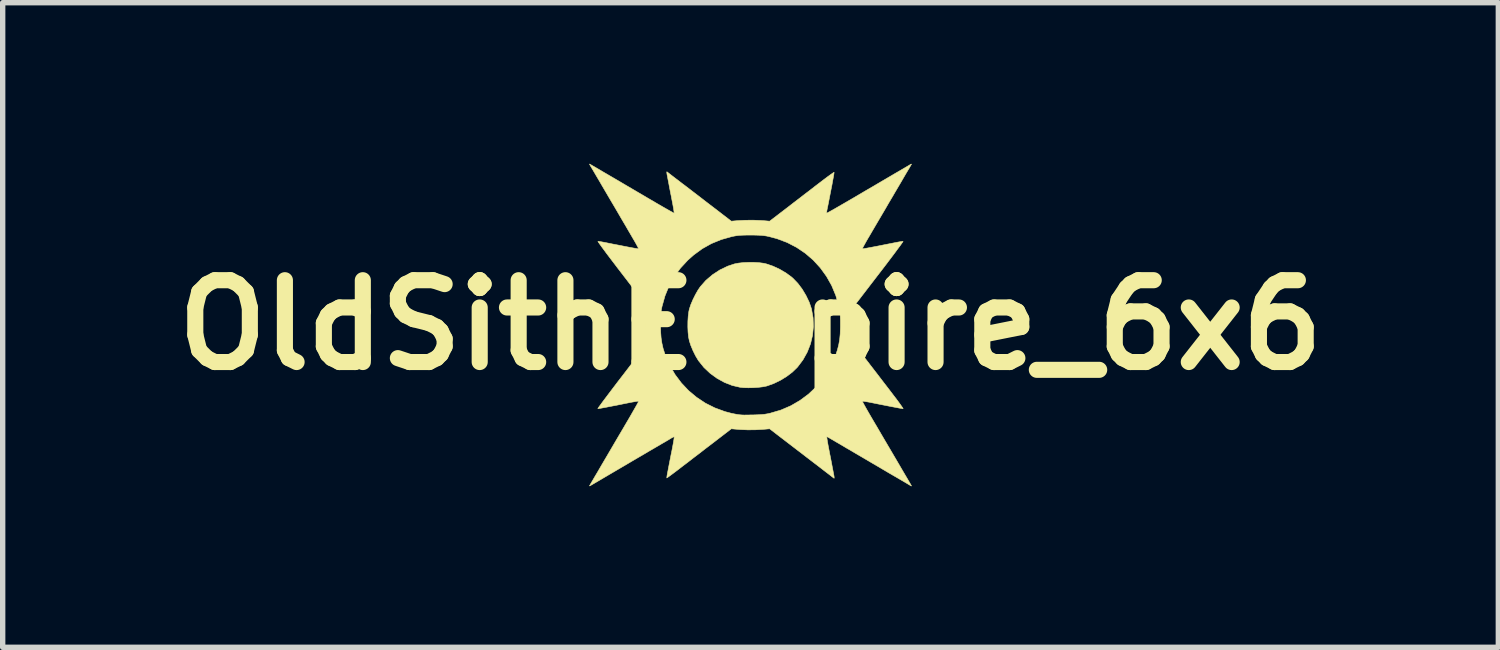
<source format=kicad_pcb>
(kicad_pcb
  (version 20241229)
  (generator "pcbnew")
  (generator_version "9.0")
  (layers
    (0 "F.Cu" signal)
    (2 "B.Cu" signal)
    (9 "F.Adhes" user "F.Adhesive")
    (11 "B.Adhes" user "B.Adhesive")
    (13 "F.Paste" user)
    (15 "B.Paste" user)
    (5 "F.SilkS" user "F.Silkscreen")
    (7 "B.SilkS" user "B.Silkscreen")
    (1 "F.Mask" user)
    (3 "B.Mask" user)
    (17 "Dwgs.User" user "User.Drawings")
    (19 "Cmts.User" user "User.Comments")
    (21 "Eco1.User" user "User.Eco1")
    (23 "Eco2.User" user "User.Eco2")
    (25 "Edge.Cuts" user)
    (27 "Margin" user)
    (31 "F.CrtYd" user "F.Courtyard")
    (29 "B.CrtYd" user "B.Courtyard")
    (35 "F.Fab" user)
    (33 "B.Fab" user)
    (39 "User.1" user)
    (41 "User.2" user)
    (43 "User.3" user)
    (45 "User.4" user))
  (footprint "OldSithEmpire_6x6"
    (layer "F.Cu")
    (at 10.929 3.004)
    (property "Reference" "OldSithEmpire_6x6" (at 0 0 0) (layer "F.SilkS") (effects (font (size 1.524 1.524) (thickness 0.3))))
    (attr through_hole)
    (fp_poly (pts (xy 0.066 -1.167) (xy 0.163 -1.161) (xy 0.247 -1.15) (xy 0.294 -1.139) (xy 0.418 -1.097) (xy 0.543 -1.039) (xy 0.662 -0.969) (xy 0.767 -0.892) (xy 0.797 -0.865) (xy 0.883 -0.775) (xy 0.964 -0.667) (xy 1.035 -0.548) (xy 1.094 -0.425) (xy 1.135 -0.305) (xy 1.137 -0.296) (xy 1.166 -0.134) (xy 1.172 0.029) (xy 1.156 0.192) (xy 1.118 0.351) (xy 1.058 0.504) (xy 0.978 0.648) (xy 0.878 0.781) (xy 0.865 0.795) (xy 0.778 0.879) (xy 0.672 0.959) (xy 0.556 1.03) (xy 0.434 1.089) (xy 0.315 1.132) (xy 0.295 1.138) (xy 0.228 1.151) (xy 0.145 1.161) (xy 0.054 1.167) (xy -0.038 1.169) (xy -0.123 1.167) (xy -0.193 1.16) (xy -0.34 1.126) (xy -0.485 1.069) (xy -0.623 0.993) (xy -0.751 0.9) (xy -0.866 0.792) (xy -0.964 0.67) (xy -0.971 0.661) (xy -1.022 0.576) (xy -1.071 0.477) (xy -1.113 0.376) (xy -1.139 0.294) (xy -1.154 0.221) (xy -1.163 0.132) (xy -1.167 0.033) (xy -1.166 -0.068) (xy -1.16 -0.164) (xy -1.149 -0.249) (xy -1.139 -0.296) (xy -1.111 -0.381) (xy -1.071 -0.475) (xy -1.024 -0.569) (xy -0.975 -0.655) (xy -0.934 -0.714) (xy -0.83 -0.832) (xy -0.708 -0.936) (xy -0.572 -1.025) (xy -0.425 -1.096) (xy -0.296 -1.139) (xy -0.223 -1.153) (xy -0.134 -1.163) (xy -0.035 -1.167) (xy 0.066 -1.167)) (stroke (width 0.01) (type solid)) (fill yes) (layer "F.SilkS"))
    (fp_poly (pts (xy -2.992 -2.997) (xy -2.977 -2.988) (xy -2.943 -2.968) (xy -2.891 -2.938) (xy -2.824 -2.899) (xy -2.745 -2.852) (xy -2.654 -2.799) (xy -2.553 -2.74) (xy -2.445 -2.677) (xy -2.332 -2.61) (xy -2.214 -2.541) (xy -2.095 -2.471) (xy -1.977 -2.402) (xy -1.925 -2.371) (xy -1.825 -2.313) (xy -1.732 -2.258) (xy -1.647 -2.209) (xy -1.572 -2.166) (xy -1.51 -2.131) (xy -1.463 -2.105) (xy -1.433 -2.088) (xy -1.421 -2.083) (xy -1.421 -2.083) (xy -1.422 -2.096) (xy -1.427 -2.129) (xy -1.435 -2.18) (xy -1.447 -2.246) (xy -1.462 -2.324) (xy -1.478 -2.41) (xy -1.483 -2.432) (xy -1.505 -2.545) (xy -1.522 -2.636) (xy -1.536 -2.708) (xy -1.546 -2.762) (xy -1.554 -2.802) (xy -1.558 -2.829) (xy -1.559 -2.845) (xy -1.559 -2.853) (xy -1.557 -2.854) (xy -1.553 -2.852) (xy -1.548 -2.848) (xy -1.547 -2.847) (xy -1.534 -2.837) (xy -1.503 -2.813) (xy -1.459 -2.779) (xy -1.403 -2.736) (xy -1.337 -2.686) (xy -1.266 -2.631) (xy -1.24 -2.612) (xy -1.147 -2.541) (xy -1.043 -2.461) (xy -0.932 -2.376) (xy -0.822 -2.291) (xy -0.719 -2.212) (xy -0.653 -2.162) (xy -0.357 -1.934) (xy -0.242 -1.944) (xy -0.103 -1.951) (xy 0.046 -1.953) (xy 0.191 -1.947) (xy 0.242 -1.944) (xy 0.357 -1.934) (xy 0.708 -2.203) (xy 0.802 -2.276) (xy 0.903 -2.353) (xy 1.005 -2.432) (xy 1.105 -2.508) (xy 1.196 -2.579) (xy 1.276 -2.64) (xy 1.306 -2.663) (xy 1.373 -2.714) (xy 1.433 -2.759) (xy 1.484 -2.796) (xy 1.524 -2.824) (xy 1.549 -2.841) (xy 1.558 -2.844) (xy 1.556 -2.83) (xy 1.551 -2.796) (xy 1.542 -2.745) (xy 1.53 -2.681) (xy 1.517 -2.607) (xy 1.501 -2.527) (xy 1.485 -2.445) (xy 1.469 -2.363) (xy 1.454 -2.285) (xy 1.44 -2.215) (xy 1.432 -2.179) (xy 1.424 -2.136) (xy 1.419 -2.102) (xy 1.419 -2.085) (xy 1.419 -2.084) (xy 1.431 -2.089) (xy 1.461 -2.105) (xy 1.508 -2.131) (xy 1.569 -2.165) (xy 1.643 -2.208) (xy 1.728 -2.257) (xy 1.821 -2.311) (xy 1.921 -2.369) (xy 1.925 -2.371) (xy 2.043 -2.441) (xy 2.162 -2.511) (xy 2.281 -2.58) (xy 2.396 -2.648) (xy 2.507 -2.713) (xy 2.611 -2.774) (xy 2.706 -2.83) (xy 2.791 -2.879) (xy 2.864 -2.922) (xy 2.922 -2.956) (xy 2.964 -2.981) (xy 2.988 -2.995) (xy 2.992 -2.997) (xy 2.999 -2.996) (xy 2.997 -2.992) (xy 2.99 -2.98) (xy 2.972 -2.949) (xy 2.944 -2.901) (xy 2.906 -2.838) (xy 2.861 -2.761) (xy 2.81 -2.673) (xy 2.753 -2.576) (xy 2.691 -2.471) (xy 2.647 -2.395) (xy 2.578 -2.279) (xy 2.511 -2.163) (xy 2.445 -2.051) (xy 2.382 -1.944) (xy 2.325 -1.847) (xy 2.274 -1.76) (xy 2.232 -1.688) (xy 2.2 -1.633) (xy 2.19 -1.617) (xy 2.155 -1.556) (xy 2.125 -1.502) (xy 2.102 -1.46) (xy 2.087 -1.431) (xy 2.083 -1.42) (xy 2.092 -1.42) (xy 2.115 -1.423) (xy 2.155 -1.43) (xy 2.211 -1.44) (xy 2.285 -1.454) (xy 2.379 -1.472) (xy 2.494 -1.495) (xy 2.631 -1.522) (xy 2.707 -1.537) (xy 2.76 -1.547) (xy 2.803 -1.554) (xy 2.833 -1.558) (xy 2.842 -1.558) (xy 2.837 -1.548) (xy 2.818 -1.521) (xy 2.787 -1.477) (xy 2.744 -1.42) (xy 2.692 -1.349) (xy 2.631 -1.268) (xy 2.563 -1.178) (xy 2.488 -1.079) (xy 2.408 -0.975) (xy 2.393 -0.956) (xy 1.933 -0.357) (xy 1.943 -0.242) (xy 1.951 -0.103) (xy 1.953 0.046) (xy 1.947 0.19) (xy 1.944 0.242) (xy 1.934 0.357) (xy 2.156 0.647) (xy 2.225 0.737) (xy 2.305 0.841) (xy 2.389 0.95) (xy 2.474 1.061) (xy 2.554 1.165) (xy 2.616 1.246) (xy 2.673 1.321) (xy 2.725 1.389) (xy 2.769 1.449) (xy 2.804 1.498) (xy 2.829 1.534) (xy 2.842 1.554) (xy 2.843 1.558) (xy 2.833 1.557) (xy 2.806 1.553) (xy 2.763 1.546) (xy 2.702 1.534) (xy 2.621 1.519) (xy 2.52 1.499) (xy 2.398 1.475) (xy 2.254 1.446) (xy 2.215 1.438) (xy 2.163 1.429) (xy 2.121 1.422) (xy 2.093 1.419) (xy 2.084 1.42) (xy 2.088 1.431) (xy 2.104 1.461) (xy 2.129 1.507) (xy 2.162 1.566) (xy 2.202 1.636) (xy 2.248 1.715) (xy 2.286 1.78) (xy 2.36 1.905) (xy 2.434 2.032) (xy 2.508 2.158) (xy 2.581 2.282) (xy 2.651 2.401) (xy 2.718 2.515) (xy 2.78 2.621) (xy 2.836 2.717) (xy 2.886 2.802) (xy 2.928 2.873) (xy 2.961 2.93) (xy 2.984 2.97) (xy 2.996 2.991) (xy 2.997 2.992) (xy 2.996 2.999) (xy 2.992 2.997) (xy 2.98 2.99) (xy 2.949 2.972) (xy 2.901 2.943) (xy 2.838 2.906) (xy 2.761 2.861) (xy 2.673 2.81) (xy 2.575 2.753) (xy 2.47 2.691) (xy 2.389 2.643) (xy 2.274 2.576) (xy 2.162 2.51) (xy 2.053 2.446) (xy 1.952 2.387) (xy 1.861 2.333) (xy 1.781 2.287) (xy 1.716 2.248) (xy 1.668 2.22) (xy 1.651 2.21) (xy 1.594 2.177) (xy 1.542 2.146) (xy 1.498 2.121) (xy 1.469 2.104) (xy 1.466 2.101) (xy 1.439 2.087) (xy 1.422 2.082) (xy 1.421 2.083) (xy 1.422 2.096) (xy 1.427 2.129) (xy 1.435 2.18) (xy 1.447 2.246) (xy 1.462 2.324) (xy 1.478 2.41) (xy 1.483 2.432) (xy 1.505 2.545) (xy 1.522 2.636) (xy 1.536 2.708) (xy 1.546 2.762) (xy 1.554 2.802) (xy 1.558 2.829) (xy 1.559 2.845) (xy 1.559 2.853) (xy 1.557 2.854) (xy 1.553 2.852) (xy 1.548 2.847) (xy 1.547 2.847) (xy 1.534 2.837) (xy 1.504 2.814) (xy 1.459 2.779) (xy 1.4 2.734) (xy 1.33 2.68) (xy 1.25 2.618) (xy 1.162 2.551) (xy 1.068 2.479) (xy 1.052 2.467) (xy 0.954 2.391) (xy 0.858 2.318) (xy 0.767 2.248) (xy 0.682 2.183) (xy 0.608 2.126) (xy 0.545 2.078) (xy 0.497 2.041) (xy 0.466 2.017) (xy 0.357 1.933) (xy 0.242 1.943) (xy 0.102 1.951) (xy -0.047 1.953) (xy -0.192 1.947) (xy -0.242 1.943) (xy -0.357 1.933) (xy -0.647 2.156) (xy -0.737 2.225) (xy -0.841 2.304) (xy -0.95 2.389) (xy -1.061 2.473) (xy -1.165 2.554) (xy -1.246 2.615) (xy -1.321 2.673) (xy -1.389 2.725) (xy -1.449 2.77) (xy -1.498 2.806) (xy -1.534 2.832) (xy -1.555 2.846) (xy -1.559 2.848) (xy -1.558 2.835) (xy -1.554 2.804) (xy -1.546 2.758) (xy -1.537 2.713) (xy -1.527 2.659) (xy -1.513 2.587) (xy -1.497 2.505) (xy -1.48 2.418) (xy -1.463 2.335) (xy -1.449 2.261) (xy -1.437 2.196) (xy -1.428 2.142) (xy -1.422 2.104) (xy -1.42 2.085) (xy -1.42 2.083) (xy -1.433 2.085) (xy -1.458 2.097) (xy -1.466 2.101) (xy -1.491 2.116) (xy -1.532 2.141) (xy -1.583 2.171) (xy -1.64 2.204) (xy -1.651 2.21) (xy -1.689 2.233) (xy -1.746 2.266) (xy -1.818 2.308) (xy -1.904 2.358) (xy -2 2.415) (xy -2.105 2.476) (xy -2.216 2.541) (xy -2.329 2.608) (xy -2.389 2.643) (xy -2.498 2.707) (xy -2.602 2.768) (xy -2.697 2.824) (xy -2.782 2.874) (xy -2.855 2.917) (xy -2.915 2.952) (xy -2.959 2.978) (xy -2.985 2.993) (xy -2.992 2.997) (xy -2.999 2.996) (xy -2.997 2.992) (xy -2.987 2.975) (xy -2.966 2.939) (xy -2.935 2.886) (xy -2.895 2.817) (xy -2.846 2.735) (xy -2.791 2.64) (xy -2.73 2.536) (xy -2.664 2.424) (xy -2.595 2.306) (xy -2.523 2.183) (xy -2.449 2.057) (xy -2.374 1.93) (xy -2.301 1.805) (xy -2.286 1.78) (xy -2.237 1.696) (xy -2.193 1.619) (xy -2.154 1.551) (xy -2.122 1.495) (xy -2.099 1.453) (xy -2.086 1.427) (xy -2.084 1.42) (xy -2.098 1.419) (xy -2.13 1.423) (xy -2.175 1.431) (xy -2.215 1.438) (xy -2.365 1.468) (xy -2.493 1.494) (xy -2.599 1.514) (xy -2.684 1.531) (xy -2.75 1.543) (xy -2.798 1.552) (xy -2.828 1.556) (xy -2.842 1.558) (xy -2.843 1.558) (xy -2.838 1.548) (xy -2.819 1.52) (xy -2.787 1.477) (xy -2.745 1.419) (xy -2.692 1.349) (xy -2.631 1.268) (xy -2.563 1.178) (xy -2.488 1.079) (xy -2.408 0.975) (xy -2.393 0.956) (xy -1.934 0.357) (xy -1.944 0.242) (xy -1.951 0.102) (xy -1.952 0) (xy -1.675 0) (xy -1.673 0.128) (xy -1.665 0.238) (xy -1.65 0.338) (xy -1.628 0.435) (xy -1.596 0.535) (xy -1.584 0.57) (xy -1.504 0.753) (xy -1.404 0.924) (xy -1.286 1.081) (xy -1.152 1.223) (xy -1.002 1.348) (xy -0.839 1.456) (xy -0.663 1.544) (xy -0.478 1.612) (xy -0.357 1.644) (xy -0.299 1.656) (xy -0.251 1.665) (xy -0.209 1.671) (xy -0.166 1.675) (xy -0.117 1.677) (xy -0.057 1.676) (xy 0.021 1.675) (xy 0.042 1.675) (xy 0.13 1.672) (xy 0.2 1.668) (xy 0.259 1.663) (xy 0.314 1.654) (xy 0.371 1.642) (xy 0.376 1.64) (xy 0.569 1.583) (xy 0.752 1.504) (xy 0.922 1.405) (xy 1.08 1.288) (xy 1.223 1.153) (xy 1.349 1.003) (xy 1.458 0.837) (xy 1.548 0.659) (xy 1.584 0.57) (xy 1.618 0.468) (xy 1.643 0.371) (xy 1.661 0.273) (xy 1.671 0.166) (xy 1.675 0.045) (xy 1.675 0) (xy 1.675 -0.086) (xy 1.673 -0.153) (xy 1.67 -0.208) (xy 1.665 -0.256) (xy 1.657 -0.303) (xy 1.646 -0.351) (xy 1.59 -0.548) (xy 1.513 -0.734) (xy 1.416 -0.906) (xy 1.301 -1.065) (xy 1.169 -1.209) (xy 1.022 -1.336) (xy 0.859 -1.446) (xy 0.683 -1.537) (xy 0.495 -1.608) (xy 0.349 -1.647) (xy 0.298 -1.658) (xy 0.251 -1.665) (xy 0.202 -1.67) (xy 0.145 -1.673) (xy 0.074 -1.675) (xy 0 -1.675) (xy -0.086 -1.675) (xy -0.155 -1.673) (xy -0.21 -1.67) (xy -0.259 -1.664) (xy -0.306 -1.656) (xy -0.349 -1.647) (xy -0.545 -1.592) (xy -0.728 -1.517) (xy -0.898 -1.422) (xy -1.058 -1.305) (xy -1.167 -1.208) (xy -1.305 -1.059) (xy -1.422 -0.899) (xy -1.518 -0.726) (xy -1.593 -0.541) (xy -1.647 -0.349) (xy -1.658 -0.298) (xy -1.665 -0.251) (xy -1.67 -0.202) (xy -1.673 -0.145) (xy -1.675 -0.074) (xy -1.675 0) (xy -1.952 0) (xy -1.953 -0.047) (xy -1.947 -0.191) (xy -1.943 -0.242) (xy -1.933 -0.357) (xy -2.393 -0.956) (xy -2.474 -1.061) (xy -2.549 -1.16) (xy -2.619 -1.252) (xy -2.682 -1.335) (xy -2.736 -1.408) (xy -2.78 -1.468) (xy -2.813 -1.514) (xy -2.834 -1.544) (xy -2.842 -1.558) (xy -2.842 -1.558) (xy -2.827 -1.557) (xy -2.793 -1.553) (xy -2.746 -1.544) (xy -2.707 -1.537) (xy -2.559 -1.507) (xy -2.433 -1.483) (xy -2.328 -1.462) (xy -2.244 -1.446) (xy -2.179 -1.434) (xy -2.132 -1.426) (xy -2.101 -1.421) (xy -2.086 -1.42) (xy -2.084 -1.42) (xy -2.088 -1.432) (xy -2.103 -1.461) (xy -2.126 -1.504) (xy -2.157 -1.559) (xy -2.194 -1.622) (xy -2.205 -1.641) (xy -2.274 -1.759) (xy -2.339 -1.871) (xy -2.404 -1.981) (xy -2.469 -2.093) (xy -2.538 -2.211) (xy -2.614 -2.339) (xy -2.697 -2.481) (xy -2.767 -2.6) (xy -2.818 -2.688) (xy -2.866 -2.769) (xy -2.908 -2.841) (xy -2.944 -2.902) (xy -2.972 -2.949) (xy -2.99 -2.98) (xy -2.997 -2.992) (xy -2.997 -2.992) (xy -2.996 -2.999) (xy -2.992 -2.997)) (stroke (width 0.01) (type solid)) (fill yes) (layer "F.SilkS")))
  (gr_rect
    (start -3 -3)
    (end 24.859 9.007)
    (stroke (width 0.1) (type default))
    (fill no)
    (layer "Edge.Cuts")))
</source>
